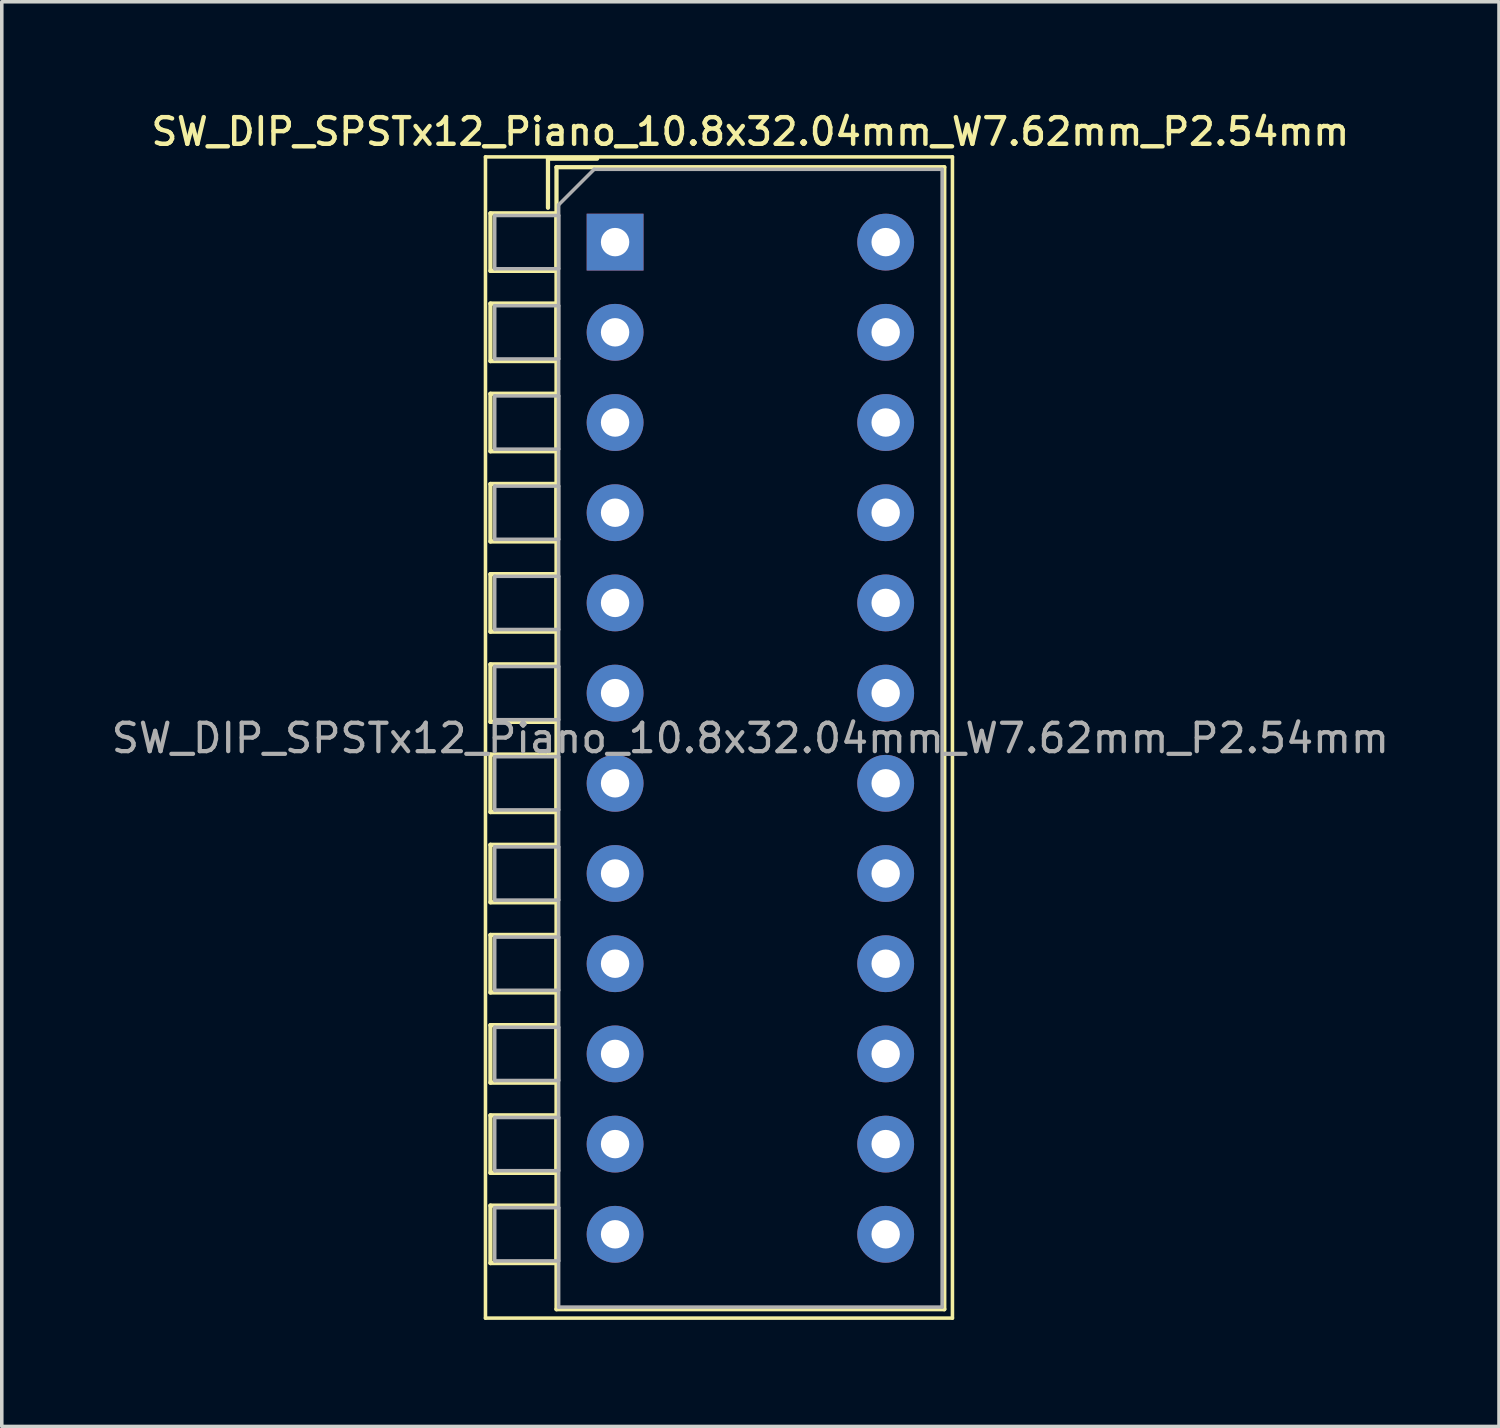
<source format=kicad_pcb>
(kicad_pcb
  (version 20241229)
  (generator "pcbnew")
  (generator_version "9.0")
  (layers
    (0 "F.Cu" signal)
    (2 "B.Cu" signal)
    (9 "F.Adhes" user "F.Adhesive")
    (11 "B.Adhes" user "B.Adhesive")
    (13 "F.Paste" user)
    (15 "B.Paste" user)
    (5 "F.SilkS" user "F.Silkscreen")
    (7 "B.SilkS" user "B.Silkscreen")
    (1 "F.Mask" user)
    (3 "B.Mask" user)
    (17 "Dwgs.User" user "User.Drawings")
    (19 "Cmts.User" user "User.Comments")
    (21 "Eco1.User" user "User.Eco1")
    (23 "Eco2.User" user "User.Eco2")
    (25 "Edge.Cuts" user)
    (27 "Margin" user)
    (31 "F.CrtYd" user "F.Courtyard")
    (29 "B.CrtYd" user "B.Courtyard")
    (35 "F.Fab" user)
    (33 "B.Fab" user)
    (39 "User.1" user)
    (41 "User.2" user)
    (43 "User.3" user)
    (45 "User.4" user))
  (footprint "SW_DIP_SPSTx12_Piano_10.8x32.04mm_W7.62mm_P2.54mm"
    (layer "F.Cu")
    (at 14.271 3.768)
    (property "Reference" "SW_DIP_SPSTx12_Piano_10.8x32.04mm_W7.62mm_P2.54mm" (at 3.81 -3.11 0) (layer "F.SilkS") (effects (font (size 0.75 0.75) (thickness 0.125))))
    (attr through_hole)
    (fp_line (start -3.65 -2.4) (end -3.65 30.3) (stroke (width 0.1) (type solid)) (layer "F.SilkS"))
    (fp_line (start -3.65 30.3) (end 9.5 30.3) (stroke (width 0.1) (type solid)) (layer "F.SilkS"))
    (fp_line (start -3.51 -0.81) (end -3.51 0.81) (stroke (width 0.12) (type solid)) (layer "F.SilkS"))
    (fp_line (start -3.51 -0.81) (end -1.65 -0.81) (stroke (width 0.12) (type solid)) (layer "F.SilkS"))
    (fp_line (start -3.51 0.81) (end -1.65 0.81) (stroke (width 0.12) (type solid)) (layer "F.SilkS"))
    (fp_line (start -3.51 1.73) (end -3.51 3.35) (stroke (width 0.12) (type solid)) (layer "F.SilkS"))
    (fp_line (start -3.51 1.73) (end -1.65 1.73) (stroke (width 0.12) (type solid)) (layer "F.SilkS"))
    (fp_line (start -3.51 3.35) (end -1.65 3.35) (stroke (width 0.12) (type solid)) (layer "F.SilkS"))
    (fp_line (start -3.51 4.27) (end -3.51 5.89) (stroke (width 0.12) (type solid)) (layer "F.SilkS"))
    (fp_line (start -3.51 4.27) (end -1.65 4.27) (stroke (width 0.12) (type solid)) (layer "F.SilkS"))
    (fp_line (start -3.51 5.89) (end -1.65 5.89) (stroke (width 0.12) (type solid)) (layer "F.SilkS"))
    (fp_line (start -3.51 6.81) (end -3.51 8.43) (stroke (width 0.12) (type solid)) (layer "F.SilkS"))
    (fp_line (start -3.51 6.81) (end -1.65 6.81) (stroke (width 0.12) (type solid)) (layer "F.SilkS"))
    (fp_line (start -3.51 8.43) (end -1.65 8.43) (stroke (width 0.12) (type solid)) (layer "F.SilkS"))
    (fp_line (start -3.51 9.35) (end -3.51 10.97) (stroke (width 0.12) (type solid)) (layer "F.SilkS"))
    (fp_line (start -3.51 9.35) (end -1.65 9.35) (stroke (width 0.12) (type solid)) (layer "F.SilkS"))
    (fp_line (start -3.51 10.97) (end -1.65 10.97) (stroke (width 0.12) (type solid)) (layer "F.SilkS"))
    (fp_line (start -3.51 11.89) (end -3.51 13.51) (stroke (width 0.12) (type solid)) (layer "F.SilkS"))
    (fp_line (start -3.51 11.89) (end -1.65 11.89) (stroke (width 0.12) (type solid)) (layer "F.SilkS"))
    (fp_line (start -3.51 13.51) (end -1.65 13.51) (stroke (width 0.12) (type solid)) (layer "F.SilkS"))
    (fp_line (start -3.51 14.43) (end -3.51 16.05) (stroke (width 0.12) (type solid)) (layer "F.SilkS"))
    (fp_line (start -3.51 14.43) (end -1.65 14.43) (stroke (width 0.12) (type solid)) (layer "F.SilkS"))
    (fp_line (start -3.51 16.05) (end -1.65 16.05) (stroke (width 0.12) (type solid)) (layer "F.SilkS"))
    (fp_line (start -3.51 16.971) (end -3.51 18.591) (stroke (width 0.12) (type solid)) (layer "F.SilkS"))
    (fp_line (start -3.51 16.971) (end -1.65 16.971) (stroke (width 0.12) (type solid)) (layer "F.SilkS"))
    (fp_line (start -3.51 18.591) (end -1.65 18.591) (stroke (width 0.12) (type solid)) (layer "F.SilkS"))
    (fp_line (start -3.51 19.51) (end -3.51 21.131) (stroke (width 0.12) (type solid)) (layer "F.SilkS"))
    (fp_line (start -3.51 19.51) (end -1.65 19.51) (stroke (width 0.12) (type solid)) (layer "F.SilkS"))
    (fp_line (start -3.51 21.131) (end -1.65 21.131) (stroke (width 0.12) (type solid)) (layer "F.SilkS"))
    (fp_line (start -3.51 22.05) (end -3.51 23.67) (stroke (width 0.12) (type solid)) (layer "F.SilkS"))
    (fp_line (start -3.51 22.05) (end -1.65 22.05) (stroke (width 0.12) (type solid)) (layer "F.SilkS"))
    (fp_line (start -3.51 23.67) (end -1.65 23.67) (stroke (width 0.12) (type solid)) (layer "F.SilkS"))
    (fp_line (start -3.51 24.59) (end -3.51 26.21) (stroke (width 0.12) (type solid)) (layer "F.SilkS"))
    (fp_line (start -3.51 24.59) (end -1.65 24.59) (stroke (width 0.12) (type solid)) (layer "F.SilkS"))
    (fp_line (start -3.51 26.21) (end -1.65 26.21) (stroke (width 0.12) (type solid)) (layer "F.SilkS"))
    (fp_line (start -3.51 27.131) (end -3.51 28.751) (stroke (width 0.12) (type solid)) (layer "F.SilkS"))
    (fp_line (start -3.51 27.131) (end -1.65 27.131) (stroke (width 0.12) (type solid)) (layer "F.SilkS"))
    (fp_line (start -3.51 28.751) (end -1.65 28.751) (stroke (width 0.12) (type solid)) (layer "F.SilkS"))
    (fp_line (start -1.89 -2.35) (end -1.89 -0.967) (stroke (width 0.12) (type solid)) (layer "F.SilkS"))
    (fp_line (start -1.89 -2.35) (end -0.507 -2.35) (stroke (width 0.12) (type solid)) (layer "F.SilkS"))
    (fp_line (start -1.65 -2.11) (end -1.65 30.05) (stroke (width 0.12) (type solid)) (layer "F.SilkS"))
    (fp_line (start -1.65 -2.11) (end 9.27 -2.11) (stroke (width 0.12) (type solid)) (layer "F.SilkS"))
    (fp_line (start -1.65 -0.81) (end -1.65 0.81) (stroke (width 0.12) (type solid)) (layer "F.SilkS"))
    (fp_line (start -1.65 1.73) (end -1.65 3.35) (stroke (width 0.12) (type solid)) (layer "F.SilkS"))
    (fp_line (start -1.65 4.27) (end -1.65 5.89) (stroke (width 0.12) (type solid)) (layer "F.SilkS"))
    (fp_line (start -1.65 6.81) (end -1.65 8.43) (stroke (width 0.12) (type solid)) (layer "F.SilkS"))
    (fp_line (start -1.65 9.35) (end -1.65 10.97) (stroke (width 0.12) (type solid)) (layer "F.SilkS"))
    (fp_line (start -1.65 11.89) (end -1.65 13.51) (stroke (width 0.12) (type solid)) (layer "F.SilkS"))
    (fp_line (start -1.65 14.43) (end -1.65 16.05) (stroke (width 0.12) (type solid)) (layer "F.SilkS"))
    (fp_line (start -1.65 16.971) (end -1.65 18.591) (stroke (width 0.12) (type solid)) (layer "F.SilkS"))
    (fp_line (start -1.65 19.51) (end -1.65 21.131) (stroke (width 0.12) (type solid)) (layer "F.SilkS"))
    (fp_line (start -1.65 22.05) (end -1.65 23.67) (stroke (width 0.12) (type solid)) (layer "F.SilkS"))
    (fp_line (start -1.65 24.59) (end -1.65 26.21) (stroke (width 0.12) (type solid)) (layer "F.SilkS"))
    (fp_line (start -1.65 27.131) (end -1.65 28.751) (stroke (width 0.12) (type solid)) (layer "F.SilkS"))
    (fp_line (start -1.65 30.05) (end 9.27 30.05) (stroke (width 0.12) (type solid)) (layer "F.SilkS"))
    (fp_line (start 9.27 -2.11) (end 9.27 30.05) (stroke (width 0.12) (type solid)) (layer "F.SilkS"))
    (fp_line (start 9.5 -2.4) (end -3.65 -2.4) (stroke (width 0.1) (type solid)) (layer "F.SilkS"))
    (fp_line (start 9.5 30.3) (end 9.5 -2.4) (stroke (width 0.1) (type solid)) (layer "F.SilkS"))
    (fp_line (start -3.39 -0.75) (end -1.59 -0.75) (stroke (width 0.1) (type solid)) (layer "F.Fab"))
    (fp_line (start -3.39 0.75) (end -3.39 -0.75) (stroke (width 0.1) (type solid)) (layer "F.Fab"))
    (fp_line (start -3.39 1.79) (end -1.59 1.79) (stroke (width 0.1) (type solid)) (layer "F.Fab"))
    (fp_line (start -3.39 3.29) (end -3.39 1.79) (stroke (width 0.1) (type solid)) (layer "F.Fab"))
    (fp_line (start -3.39 4.33) (end -1.59 4.33) (stroke (width 0.1) (type solid)) (layer "F.Fab"))
    (fp_line (start -3.39 5.83) (end -3.39 4.33) (stroke (width 0.1) (type solid)) (layer "F.Fab"))
    (fp_line (start -3.39 6.87) (end -1.59 6.87) (stroke (width 0.1) (type solid)) (layer "F.Fab"))
    (fp_line (start -3.39 8.37) (end -3.39 6.87) (stroke (width 0.1) (type solid)) (layer "F.Fab"))
    (fp_line (start -3.39 9.41) (end -1.59 9.41) (stroke (width 0.1) (type solid)) (layer "F.Fab"))
    (fp_line (start -3.39 10.91) (end -3.39 9.41) (stroke (width 0.1) (type solid)) (layer "F.Fab"))
    (fp_line (start -3.39 11.95) (end -1.59 11.95) (stroke (width 0.1) (type solid)) (layer "F.Fab"))
    (fp_line (start -3.39 13.45) (end -3.39 11.95) (stroke (width 0.1) (type solid)) (layer "F.Fab"))
    (fp_line (start -3.39 14.49) (end -1.59 14.49) (stroke (width 0.1) (type solid)) (layer "F.Fab"))
    (fp_line (start -3.39 15.99) (end -3.39 14.49) (stroke (width 0.1) (type solid)) (layer "F.Fab"))
    (fp_line (start -3.39 17.03) (end -1.59 17.03) (stroke (width 0.1) (type solid)) (layer "F.Fab"))
    (fp_line (start -3.39 18.53) (end -3.39 17.03) (stroke (width 0.1) (type solid)) (layer "F.Fab"))
    (fp_line (start -3.39 19.57) (end -1.59 19.57) (stroke (width 0.1) (type solid)) (layer "F.Fab"))
    (fp_line (start -3.39 21.07) (end -3.39 19.57) (stroke (width 0.1) (type solid)) (layer "F.Fab"))
    (fp_line (start -3.39 22.11) (end -1.59 22.11) (stroke (width 0.1) (type solid)) (layer "F.Fab"))
    (fp_line (start -3.39 23.61) (end -3.39 22.11) (stroke (width 0.1) (type solid)) (layer "F.Fab"))
    (fp_line (start -3.39 24.65) (end -1.59 24.65) (stroke (width 0.1) (type solid)) (layer "F.Fab"))
    (fp_line (start -3.39 26.15) (end -3.39 24.65) (stroke (width 0.1) (type solid)) (layer "F.Fab"))
    (fp_line (start -3.39 27.19) (end -1.59 27.19) (stroke (width 0.1) (type solid)) (layer "F.Fab"))
    (fp_line (start -3.39 28.69) (end -3.39 27.19) (stroke (width 0.1) (type solid)) (layer "F.Fab"))
    (fp_line (start -1.59 -1.05) (end -0.59 -2.05) (stroke (width 0.1) (type solid)) (layer "F.Fab"))
    (fp_line (start -1.59 -0.75) (end -1.59 0.75) (stroke (width 0.1) (type solid)) (layer "F.Fab"))
    (fp_line (start -1.59 0.75) (end -3.39 0.75) (stroke (width 0.1) (type solid)) (layer "F.Fab"))
    (fp_line (start -1.59 1.79) (end -1.59 3.29) (stroke (width 0.1) (type solid)) (layer "F.Fab"))
    (fp_line (start -1.59 3.29) (end -3.39 3.29) (stroke (width 0.1) (type solid)) (layer "F.Fab"))
    (fp_line (start -1.59 4.33) (end -1.59 5.83) (stroke (width 0.1) (type solid)) (layer "F.Fab"))
    (fp_line (start -1.59 5.83) (end -3.39 5.83) (stroke (width 0.1) (type solid)) (layer "F.Fab"))
    (fp_line (start -1.59 6.87) (end -1.59 8.37) (stroke (width 0.1) (type solid)) (layer "F.Fab"))
    (fp_line (start -1.59 8.37) (end -3.39 8.37) (stroke (width 0.1) (type solid)) (layer "F.Fab"))
    (fp_line (start -1.59 9.41) (end -1.59 10.91) (stroke (width 0.1) (type solid)) (layer "F.Fab"))
    (fp_line (start -1.59 10.91) (end -3.39 10.91) (stroke (width 0.1) (type solid)) (layer "F.Fab"))
    (fp_line (start -1.59 11.95) (end -1.59 13.45) (stroke (width 0.1) (type solid)) (layer "F.Fab"))
    (fp_line (start -1.59 13.45) (end -3.39 13.45) (stroke (width 0.1) (type solid)) (layer "F.Fab"))
    (fp_line (start -1.59 14.49) (end -1.59 15.99) (stroke (width 0.1) (type solid)) (layer "F.Fab"))
    (fp_line (start -1.59 15.99) (end -3.39 15.99) (stroke (width 0.1) (type solid)) (layer "F.Fab"))
    (fp_line (start -1.59 17.03) (end -1.59 18.53) (stroke (width 0.1) (type solid)) (layer "F.Fab"))
    (fp_line (start -1.59 18.53) (end -3.39 18.53) (stroke (width 0.1) (type solid)) (layer "F.Fab"))
    (fp_line (start -1.59 19.57) (end -1.59 21.07) (stroke (width 0.1) (type solid)) (layer "F.Fab"))
    (fp_line (start -1.59 21.07) (end -3.39 21.07) (stroke (width 0.1) (type solid)) (layer "F.Fab"))
    (fp_line (start -1.59 22.11) (end -1.59 23.61) (stroke (width 0.1) (type solid)) (layer "F.Fab"))
    (fp_line (start -1.59 23.61) (end -3.39 23.61) (stroke (width 0.1) (type solid)) (layer "F.Fab"))
    (fp_line (start -1.59 24.65) (end -1.59 26.15) (stroke (width 0.1) (type solid)) (layer "F.Fab"))
    (fp_line (start -1.59 26.15) (end -3.39 26.15) (stroke (width 0.1) (type solid)) (layer "F.Fab"))
    (fp_line (start -1.59 27.19) (end -1.59 28.69) (stroke (width 0.1) (type solid)) (layer "F.Fab"))
    (fp_line (start -1.59 28.69) (end -3.39 28.69) (stroke (width 0.1) (type solid)) (layer "F.Fab"))
    (fp_line (start -1.59 29.99) (end -1.59 -1.05) (stroke (width 0.1) (type solid)) (layer "F.Fab"))
    (fp_line (start -0.59 -2.05) (end 9.21 -2.05) (stroke (width 0.1) (type solid)) (layer "F.Fab"))
    (fp_line (start 9.21 -2.05) (end 9.21 29.99) (stroke (width 0.1) (type solid)) (layer "F.Fab"))
    (fp_line (start 9.21 29.99) (end -1.59 29.99) (stroke (width 0.1) (type solid)) (layer "F.Fab"))
    (fp_text user "${REFERENCE}" (at 3.81 13.97 0) (layer "F.Fab") (effects (font (size 0.8 0.8) (thickness 0.12))))
    (pad "1" thru_hole rect (at 0 0) (size 1.6 1.6) (drill 0.8) (layers "*.Cu" "*.Mask"))
    (pad "2" thru_hole oval (at 0 2.54) (size 1.6 1.6) (drill 0.8) (layers "*.Cu" "*.Mask"))
    (pad "3" thru_hole oval (at 0 5.08) (size 1.6 1.6) (drill 0.8) (layers "*.Cu" "*.Mask"))
    (pad "4" thru_hole oval (at 0 7.62) (size 1.6 1.6) (drill 0.8) (layers "*.Cu" "*.Mask"))
    (pad "5" thru_hole oval (at 0 10.16) (size 1.6 1.6) (drill 0.8) (layers "*.Cu" "*.Mask"))
    (pad "6" thru_hole oval (at 0 12.7) (size 1.6 1.6) (drill 0.8) (layers "*.Cu" "*.Mask"))
    (pad "7" thru_hole oval (at 0 15.24) (size 1.6 1.6) (drill 0.8) (layers "*.Cu" "*.Mask"))
    (pad "8" thru_hole oval (at 0 17.78) (size 1.6 1.6) (drill 0.8) (layers "*.Cu" "*.Mask"))
    (pad "9" thru_hole oval (at 0 20.32) (size 1.6 1.6) (drill 0.8) (layers "*.Cu" "*.Mask"))
    (pad "10" thru_hole oval (at 0 22.86) (size 1.6 1.6) (drill 0.8) (layers "*.Cu" "*.Mask"))
    (pad "11" thru_hole oval (at 0 25.4) (size 1.6 1.6) (drill 0.8) (layers "*.Cu" "*.Mask"))
    (pad "12" thru_hole oval (at 0 27.94) (size 1.6 1.6) (drill 0.8) (layers "*.Cu" "*.Mask"))
    (pad "13" thru_hole oval (at 7.62 27.94) (size 1.6 1.6) (drill 0.8) (layers "*.Cu" "*.Mask"))
    (pad "14" thru_hole oval (at 7.62 25.4) (size 1.6 1.6) (drill 0.8) (layers "*.Cu" "*.Mask"))
    (pad "15" thru_hole oval (at 7.62 22.86) (size 1.6 1.6) (drill 0.8) (layers "*.Cu" "*.Mask"))
    (pad "16" thru_hole oval (at 7.62 20.32) (size 1.6 1.6) (drill 0.8) (layers "*.Cu" "*.Mask"))
    (pad "17" thru_hole oval (at 7.62 17.78) (size 1.6 1.6) (drill 0.8) (layers "*.Cu" "*.Mask"))
    (pad "18" thru_hole oval (at 7.62 15.24) (size 1.6 1.6) (drill 0.8) (layers "*.Cu" "*.Mask"))
    (pad "19" thru_hole oval (at 7.62 12.7) (size 1.6 1.6) (drill 0.8) (layers "*.Cu" "*.Mask"))
    (pad "20" thru_hole oval (at 7.62 10.16) (size 1.6 1.6) (drill 0.8) (layers "*.Cu" "*.Mask"))
    (pad "21" thru_hole oval (at 7.62 7.62) (size 1.6 1.6) (drill 0.8) (layers "*.Cu" "*.Mask"))
    (pad "22" thru_hole oval (at 7.62 5.08) (size 1.6 1.6) (drill 0.8) (layers "*.Cu" "*.Mask"))
    (pad "23" thru_hole oval (at 7.62 2.54) (size 1.6 1.6) (drill 0.8) (layers "*.Cu" "*.Mask"))
    (pad "24" thru_hole oval (at 7.62 0) (size 1.6 1.6) (drill 0.8) (layers "*.Cu" "*.Mask")))
  (gr_rect
    (start -3 -3)
    (end 39.162 37.118)
    (stroke (width 0.1) (type default))
    (fill no)
    (layer "Edge.Cuts")))
</source>
